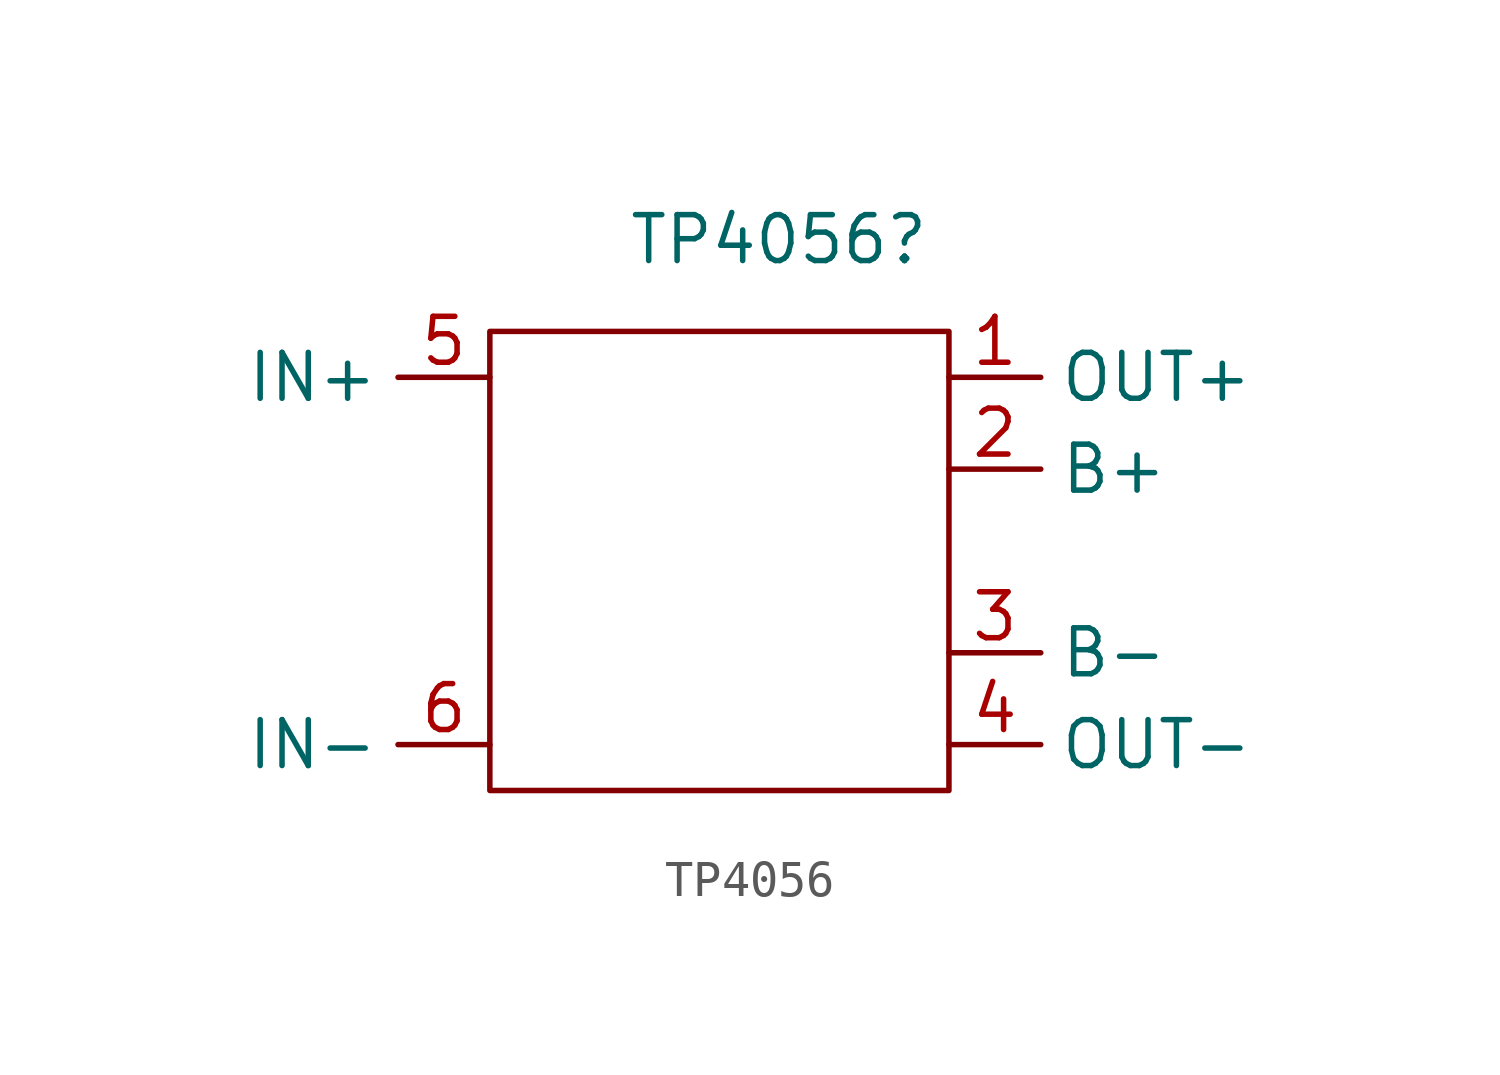
<source format=kicad_sym>
(kicad_symbol_lib
  (version 20220914)
  (generator kicad_symbol_editor)
  (symbol "TP4056"
    (property "Reference" "TP4056"
      (at 0 0 0)
      (effects (font (size 1.27 1.27)) (justify left)))
    (property "Value" ""
      (at 0 0 0)
      (effects (font (size 1.27 1.27))))
    (symbol "TP4056_0_1"
      (rectangle (start -3.81 -2.54) (end 8.89 -15.24) (stroke (width 0) (type default)) (fill (type none))))
    (symbol "TP4056_1_1"
      (pin input line (at 8.89 -3.81 0) (length 2.54) (name "OUT+" (effects (font (size 1.27 1.27)))) (number "1" (effects (font (size 1.27 1.27)))))
      (pin input line (at 8.89 -6.35 0) (length 2.54) (name "B+" (effects (font (size 1.27 1.27)))) (number "2" (effects (font (size 1.27 1.27)))))
      (pin input line (at 8.89 -11.43 0) (length 2.54) (name "B-" (effects (font (size 1.27 1.27)))) (number "3" (effects (font (size 1.27 1.27)))))
      (pin input line (at 8.89 -13.97 0) (length 2.54) (name "OUT-" (effects (font (size 1.27 1.27)))) (number "4" (effects (font (size 1.27 1.27)))))
      (pin input line (at -3.81 -3.81 180) (length 2.54) (name "IN+" (effects (font (size 1.27 1.27)))) (number "5" (effects (font (size 1.27 1.27)))))
      (pin input line (at -3.81 -13.97 180) (length 2.54) (name "IN-" (effects (font (size 1.27 1.27)))) (number "6" (effects (font (size 1.27 1.27))))))))
</source>
